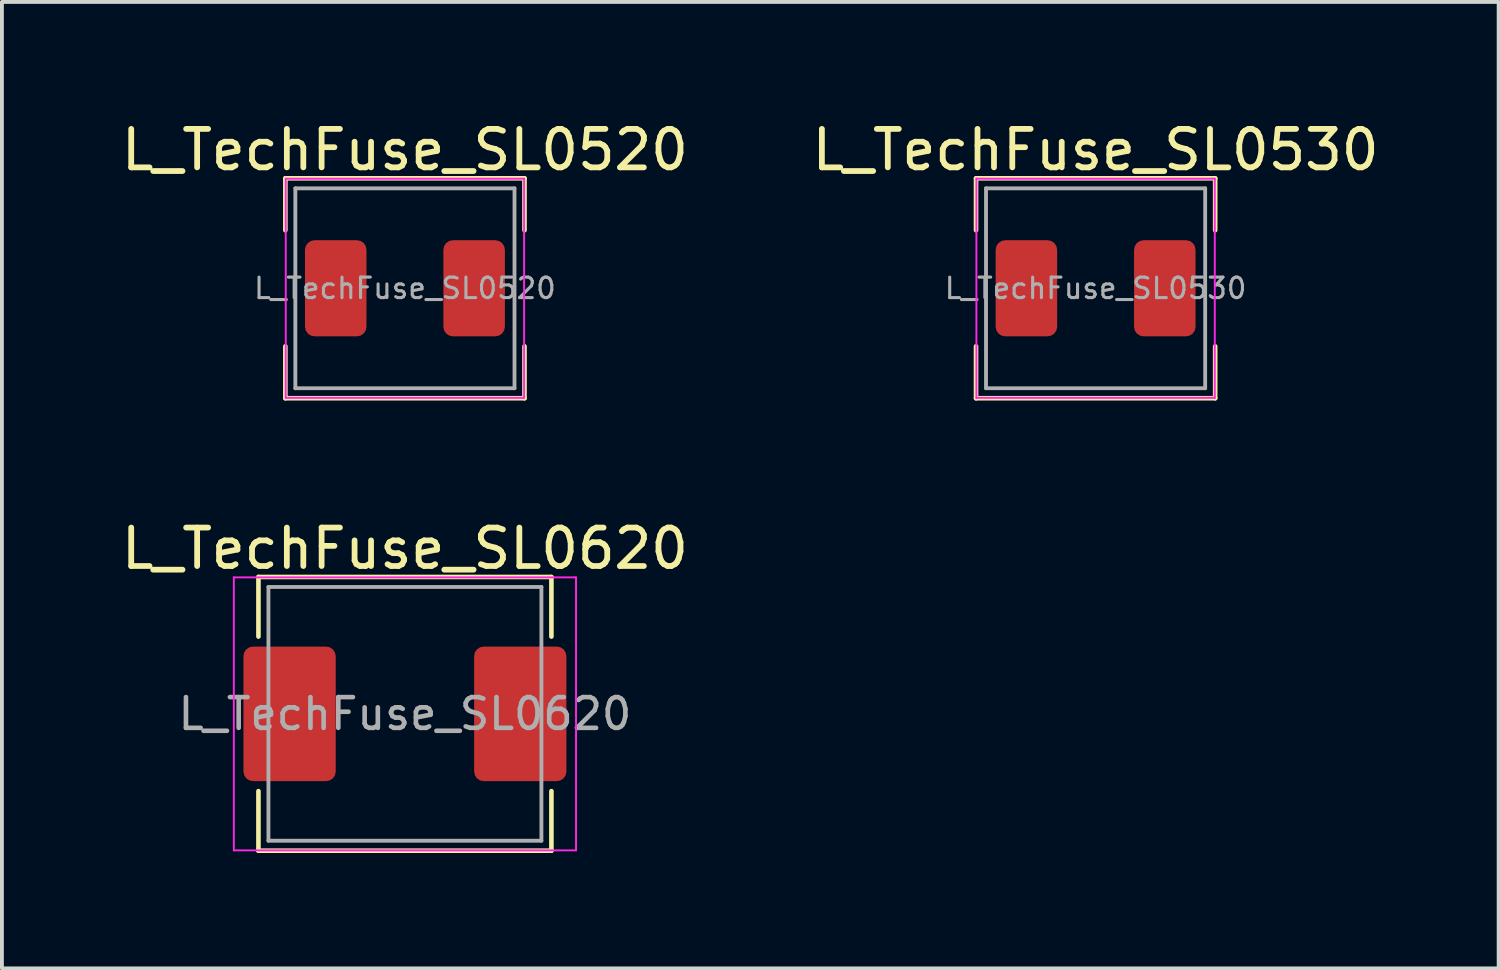
<source format=kicad_pcb>
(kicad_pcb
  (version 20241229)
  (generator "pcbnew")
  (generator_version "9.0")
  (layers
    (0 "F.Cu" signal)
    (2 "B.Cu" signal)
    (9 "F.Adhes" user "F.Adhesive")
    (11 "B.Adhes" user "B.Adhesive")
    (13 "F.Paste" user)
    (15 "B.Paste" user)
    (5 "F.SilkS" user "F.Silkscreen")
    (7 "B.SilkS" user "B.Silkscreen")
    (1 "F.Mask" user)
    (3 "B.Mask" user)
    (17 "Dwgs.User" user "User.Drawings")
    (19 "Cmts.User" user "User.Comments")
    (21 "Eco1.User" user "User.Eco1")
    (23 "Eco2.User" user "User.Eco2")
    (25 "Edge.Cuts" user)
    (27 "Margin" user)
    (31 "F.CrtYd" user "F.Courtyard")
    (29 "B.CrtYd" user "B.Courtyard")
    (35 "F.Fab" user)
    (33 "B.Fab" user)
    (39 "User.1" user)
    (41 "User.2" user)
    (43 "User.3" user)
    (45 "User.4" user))
  (footprint "L_TechFuse_SL0620"
    (layer "F.Cu")
    (at 7.482 15.517)
    (property "Reference" "L_TechFuse_SL0620" (at 0 -4.3 0) (layer "F.SilkS") (effects (font (size 1 1) (thickness 0.15))))
    (attr smd)
    (fp_line (start -3.81 -3.56) (end -3.81 -2.01) (stroke (width 0.12) (type solid)) (layer "F.SilkS"))
    (fp_line (start -3.81 -3.56) (end 3.81 -3.56) (stroke (width 0.12) (type solid)) (layer "F.SilkS"))
    (fp_line (start -3.81 3.56) (end -3.81 2.01) (stroke (width 0.12) (type solid)) (layer "F.SilkS"))
    (fp_line (start -3.81 3.56) (end 3.81 3.56) (stroke (width 0.12) (type solid)) (layer "F.SilkS"))
    (fp_line (start 3.81 -3.56) (end 3.81 -2.01) (stroke (width 0.12) (type solid)) (layer "F.SilkS"))
    (fp_line (start 3.81 3.56) (end 3.81 2.01) (stroke (width 0.12) (type solid)) (layer "F.SilkS"))
    (fp_line (start -4.45 -3.55) (end -4.45 3.55) (stroke (width 0.05) (type solid)) (layer "F.CrtYd"))
    (fp_line (start -4.45 3.55) (end 4.45 3.55) (stroke (width 0.05) (type solid)) (layer "F.CrtYd"))
    (fp_line (start 4.45 -3.55) (end -4.45 -3.55) (stroke (width 0.05) (type solid)) (layer "F.CrtYd"))
    (fp_line (start 4.45 3.55) (end 4.45 -3.55) (stroke (width 0.05) (type solid)) (layer "F.CrtYd"))
    (fp_line (start -3.55 -3.3) (end -3.55 3.3) (stroke (width 0.1) (type solid)) (layer "F.Fab"))
    (fp_line (start -3.55 3.3) (end 3.55 3.3) (stroke (width 0.1) (type solid)) (layer "F.Fab"))
    (fp_line (start 3.55 -3.3) (end -3.55 -3.3) (stroke (width 0.1) (type solid)) (layer "F.Fab"))
    (fp_line (start 3.55 3.3) (end 3.55 -3.3) (stroke (width 0.1) (type solid)) (layer "F.Fab"))
    (fp_text user "${REFERENCE}" (at 0 0 0) (layer "F.Fab") (effects (font (size 0.8 0.8) (thickness 0.12))))
    (pad "1" smd roundrect (at -3 0) (size 2.4 3.5) (layers "F.Cu" "F.Mask" "F.Paste") (roundrect_rratio 0.104))
    (pad "2" smd roundrect (at 3 0) (size 2.4 3.5) (layers "F.Cu" "F.Mask" "F.Paste") (roundrect_rratio 0.104)))
  (footprint "L_TechFuse_SL0530"
    (layer "F.Cu")
    (at 25.446 4.448)
    (property "Reference" "L_TechFuse_SL0530" (at 0 -3.6 0) (layer "F.SilkS") (effects (font (size 1 1) (thickness 0.15))))
    (attr smd)
    (fp_line (start -3.11 -2.86) (end -3.11 -1.51) (stroke (width 0.12) (type solid)) (layer "F.SilkS"))
    (fp_line (start -3.11 -2.86) (end 3.11 -2.86) (stroke (width 0.12) (type solid)) (layer "F.SilkS"))
    (fp_line (start -3.11 2.86) (end -3.11 1.51) (stroke (width 0.12) (type solid)) (layer "F.SilkS"))
    (fp_line (start -3.11 2.86) (end 3.11 2.86) (stroke (width 0.12) (type solid)) (layer "F.SilkS"))
    (fp_line (start 3.11 -2.86) (end 3.11 -1.51) (stroke (width 0.12) (type solid)) (layer "F.SilkS"))
    (fp_line (start 3.11 2.86) (end 3.11 1.51) (stroke (width 0.12) (type solid)) (layer "F.SilkS"))
    (fp_line (start -3.1 -2.85) (end -3.1 2.85) (stroke (width 0.05) (type solid)) (layer "F.CrtYd"))
    (fp_line (start -3.1 2.85) (end 3.1 2.85) (stroke (width 0.05) (type solid)) (layer "F.CrtYd"))
    (fp_line (start 3.1 -2.85) (end -3.1 -2.85) (stroke (width 0.05) (type solid)) (layer "F.CrtYd"))
    (fp_line (start 3.1 2.85) (end 3.1 -2.85) (stroke (width 0.05) (type solid)) (layer "F.CrtYd"))
    (fp_line (start -2.85 -2.6) (end -2.85 2.6) (stroke (width 0.1) (type solid)) (layer "F.Fab"))
    (fp_line (start -2.85 2.6) (end 2.85 2.6) (stroke (width 0.1) (type solid)) (layer "F.Fab"))
    (fp_line (start 2.85 -2.6) (end -2.85 -2.6) (stroke (width 0.1) (type solid)) (layer "F.Fab"))
    (fp_line (start 2.85 2.6) (end 2.85 -2.6) (stroke (width 0.1) (type solid)) (layer "F.Fab"))
    (fp_text user "${REFERENCE}" (at 0 0 0) (layer "F.Fab") (effects (font (size 0.533 0.533) (thickness 0.08))))
    (pad "1" smd roundrect (at -1.8 0) (size 1.6 2.5) (layers "F.Cu" "F.Mask" "F.Paste") (roundrect_rratio 0.156))
    (pad "2" smd roundrect (at 1.8 0) (size 1.6 2.5) (layers "F.Cu" "F.Mask" "F.Paste") (roundrect_rratio 0.156)))
  (footprint "L_TechFuse_SL0520"
    (layer "F.Cu")
    (at 7.482 4.448)
    (property "Reference" "L_TechFuse_SL0520" (at 0 -3.6 0) (layer "F.SilkS") (effects (font (size 1 1) (thickness 0.15))))
    (attr smd)
    (fp_line (start -3.11 -2.86) (end -3.11 -1.51) (stroke (width 0.12) (type solid)) (layer "F.SilkS"))
    (fp_line (start -3.11 -2.86) (end 3.11 -2.86) (stroke (width 0.12) (type solid)) (layer "F.SilkS"))
    (fp_line (start -3.11 2.86) (end -3.11 1.51) (stroke (width 0.12) (type solid)) (layer "F.SilkS"))
    (fp_line (start -3.11 2.86) (end 3.11 2.86) (stroke (width 0.12) (type solid)) (layer "F.SilkS"))
    (fp_line (start 3.11 -2.86) (end 3.11 -1.51) (stroke (width 0.12) (type solid)) (layer "F.SilkS"))
    (fp_line (start 3.11 2.86) (end 3.11 1.51) (stroke (width 0.12) (type solid)) (layer "F.SilkS"))
    (fp_line (start -3.1 -2.85) (end -3.1 2.85) (stroke (width 0.05) (type solid)) (layer "F.CrtYd"))
    (fp_line (start -3.1 2.85) (end 3.1 2.85) (stroke (width 0.05) (type solid)) (layer "F.CrtYd"))
    (fp_line (start 3.1 -2.85) (end -3.1 -2.85) (stroke (width 0.05) (type solid)) (layer "F.CrtYd"))
    (fp_line (start 3.1 2.85) (end 3.1 -2.85) (stroke (width 0.05) (type solid)) (layer "F.CrtYd"))
    (fp_line (start -2.85 -2.6) (end -2.85 2.6) (stroke (width 0.1) (type solid)) (layer "F.Fab"))
    (fp_line (start -2.85 2.6) (end 2.85 2.6) (stroke (width 0.1) (type solid)) (layer "F.Fab"))
    (fp_line (start 2.85 -2.6) (end -2.85 -2.6) (stroke (width 0.1) (type solid)) (layer "F.Fab"))
    (fp_line (start 2.85 2.6) (end 2.85 -2.6) (stroke (width 0.1) (type solid)) (layer "F.Fab"))
    (fp_text user "${REFERENCE}" (at 0 0 0) (layer "F.Fab") (effects (font (size 0.533 0.533) (thickness 0.08))))
    (pad "1" smd roundrect (at -1.8 0) (size 1.6 2.5) (layers "F.Cu" "F.Mask" "F.Paste") (roundrect_rratio 0.156))
    (pad "2" smd roundrect (at 1.8 0) (size 1.6 2.5) (layers "F.Cu" "F.Mask" "F.Paste") (roundrect_rratio 0.156)))
  (gr_rect
    (start -3 -3)
    (end 35.929 22.137)
    (stroke (width 0.1) (type default))
    (fill no)
    (layer "Edge.Cuts")))
</source>
